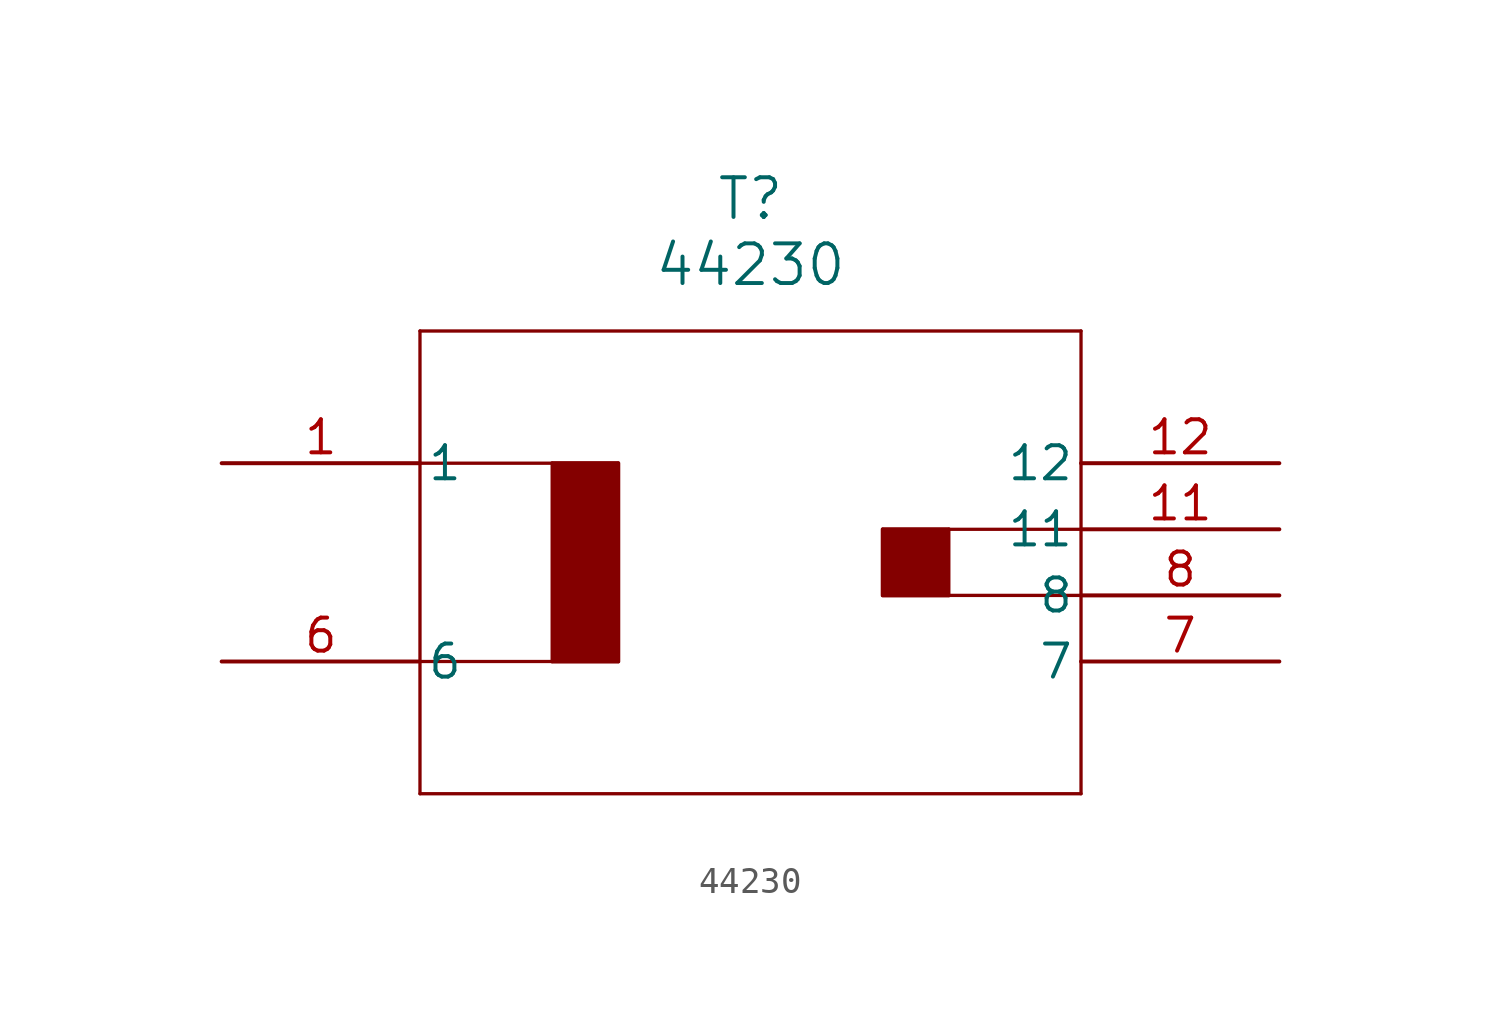
<source format=kicad_sym>
(kicad_symbol_lib
  (version 20211014)
  (generator kicad_symbol_editor)
  (symbol "44230"
    (pin_names
      (offset 0.254))
    (property "Reference" "T"
      (at 20.32 10.16 0)
      (effects (font (size 1.524 1.524))))
    (property "Value" "44230"
      (at 20.32 7.62 0)
      (effects (font (size 1.524 1.524))))
    (symbol "44230_0_1"
      (polyline (pts (xy 7.62 5.08) (xy 7.62 -12.7)) (stroke (width 0.127) (type default) (color 0 0 0 0)) (fill (type none)))
      (polyline (pts (xy 7.62 -12.7) (xy 33.02 -12.7)) (stroke (width 0.127) (type default) (color 0 0 0 0)) (fill (type none)))
      (polyline (pts (xy 33.02 -12.7) (xy 33.02 5.08)) (stroke (width 0.127) (type default) (color 0 0 0 0)) (fill (type none)))
      (polyline (pts (xy 33.02 5.08) (xy 7.62 5.08)) (stroke (width 0.127) (type default) (color 0 0 0 0)) (fill (type none)))
      (polyline (pts (xy 7.62 0) (xy 15.24 0)) (stroke (width 0.127) (type default) (color 0 0 0 0)) (fill (type none)))
      (polyline (pts (xy 7.62 -7.62) (xy 15.24 -7.62)) (stroke (width 0.127) (type default) (color 0 0 0 0)) (fill (type none)))
      (polyline (pts (xy 12.7 -7.62) (xy 12.7 0)) (stroke (width 0.127) (type default) (color 0 0 0 0)) (fill (type none)))
      (polyline (pts (xy 15.24 0) (xy 15.24 -7.62)) (stroke (width 0.127) (type default) (color 0 0 0 0)) (fill (type none)))
      (polyline (pts (xy 12.7 0) (xy 15.24 0) (xy 15.24 -7.62) (xy 12.7 -7.62)) (stroke (width 0) (type default) (color 0 0 0 0)) (fill (type outline)))
      (polyline (pts (xy 33.02 -2.54) (xy 25.4 -2.54)) (stroke (width 0.127) (type default) (color 0 0 0 0)) (fill (type none)))
      (polyline (pts (xy 33.02 -5.08) (xy 25.4 -5.08)) (stroke (width 0.127) (type default) (color 0 0 0 0)) (fill (type none)))
      (polyline (pts (xy 27.94 -5.08) (xy 27.94 -2.54)) (stroke (width 0.127) (type default) (color 0 0 0 0)) (fill (type none)))
      (polyline (pts (xy 25.4 -2.54) (xy 25.4 -5.08)) (stroke (width 0.127) (type default) (color 0 0 0 0)) (fill (type none)))
      (polyline (pts (xy 27.94 -2.54) (xy 25.4 -2.54) (xy 25.4 -5.08) (xy 27.94 -5.08)) (stroke (width 0) (type default) (color 0 0 0 0)) (fill (type outline)))
      (pin unspecified line (at 0 0 0) (length 7.62) (name "1" (effects (font (size 1.27 1.27)))) (number "1" (effects (font (size 1.27 1.27)))))
      (pin unspecified line (at 0 -7.62 0) (length 7.62) (name "6" (effects (font (size 1.27 1.27)))) (number "6" (effects (font (size 1.27 1.27)))))
      (pin unspecified line (at 40.64 -7.62 180) (length 7.62) (name "7" (effects (font (size 1.27 1.27)))) (number "7" (effects (font (size 1.27 1.27)))))
      (pin unspecified line (at 40.64 -5.08 180) (length 7.62) (name "8" (effects (font (size 1.27 1.27)))) (number "8" (effects (font (size 1.27 1.27)))))
      (pin unspecified line (at 40.64 -2.54 180) (length 7.62) (name "11" (effects (font (size 1.27 1.27)))) (number "11" (effects (font (size 1.27 1.27)))))
      (pin unspecified line (at 40.64 0 180) (length 7.62) (name "12" (effects (font (size 1.27 1.27)))) (number "12" (effects (font (size 1.27 1.27))))))))
</source>
